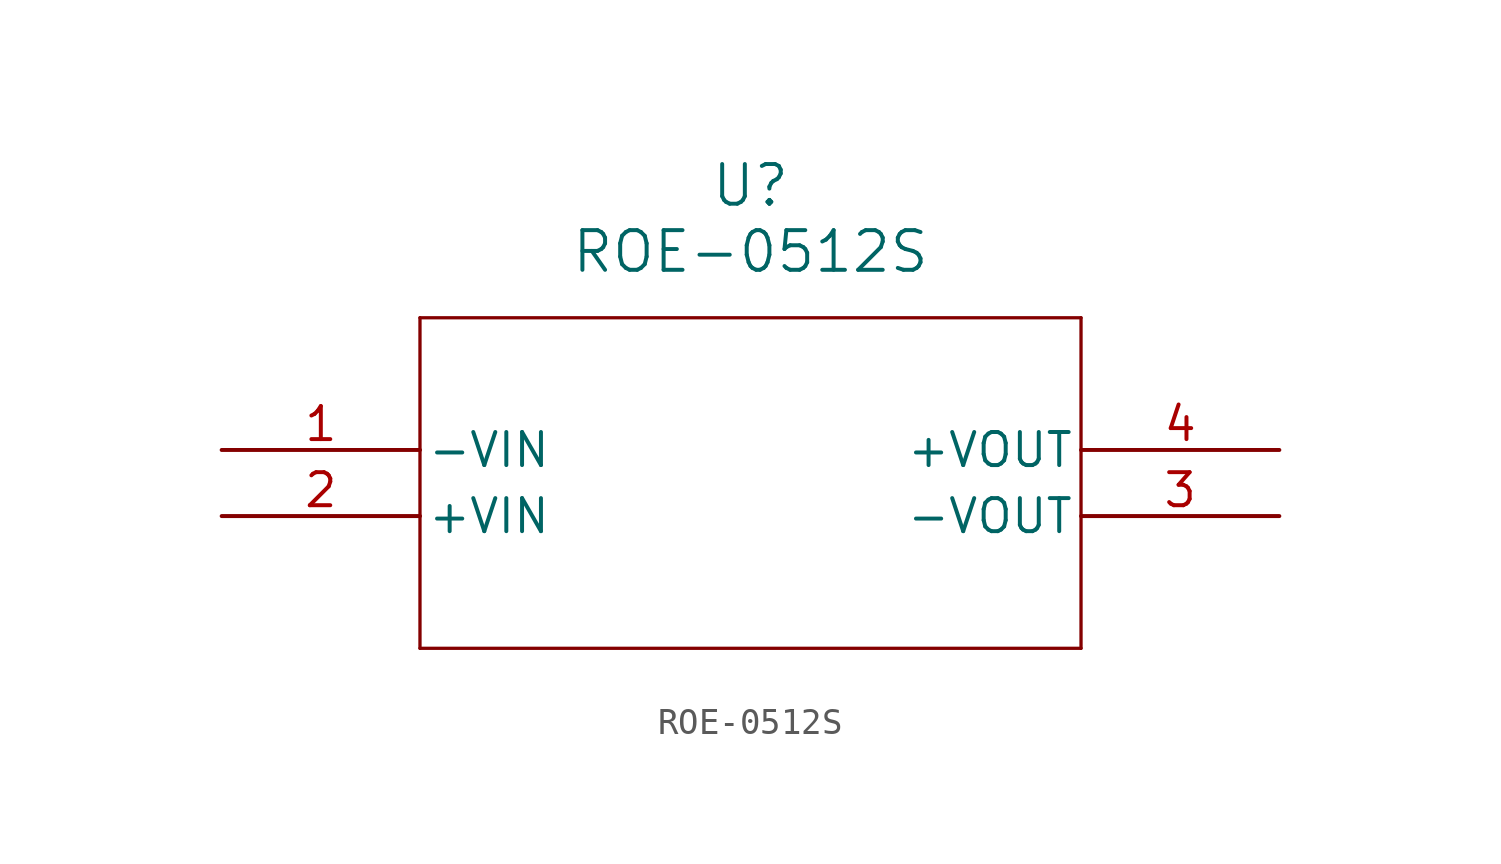
<source format=kicad_sym>
(kicad_symbol_lib
  (version 20231120)
  (generator "kicad_symbol_editor")
  (generator_version "8.0")
  (symbol "ROE-0512S"
    (pin_names
      (offset 0.254))
    (property "Reference" "U"
      (at 20.32 10.16 0)
      (effects (font (size 1.524 1.524))))
    (property "Value" "ROE-0512S"
      (at 20.32 7.62 0)
      (effects (font (size 1.524 1.524))))
    (property "ki_locked" ""
      (at 0 0 0)
      (effects (font (size 1.27 1.27))))
    (symbol "ROE-0512S_0_1"
      (polyline (pts (xy 7.62 -7.62) (xy 33.02 -7.62)) (stroke (width 0.127) (type default)) (fill (type none)))
      (polyline (pts (xy 7.62 5.08) (xy 7.62 -7.62)) (stroke (width 0.127) (type default)) (fill (type none)))
      (polyline (pts (xy 33.02 -7.62) (xy 33.02 5.08)) (stroke (width 0.127) (type default)) (fill (type none)))
      (polyline (pts (xy 33.02 5.08) (xy 7.62 5.08)) (stroke (width 0.127) (type default)) (fill (type none)))
      (pin power_in line (at 0 0 0) (length 7.62) (name "-VIN" (effects (font (size 1.27 1.27)))) (number "1" (effects (font (size 1.27 1.27)))))
      (pin power_in line (at 0 -2.54 0) (length 7.62) (name "+VIN" (effects (font (size 1.27 1.27)))) (number "2" (effects (font (size 1.27 1.27)))))
      (pin output line (at 40.64 -2.54 180) (length 7.62) (name "-VOUT" (effects (font (size 1.27 1.27)))) (number "3" (effects (font (size 1.27 1.27)))))
      (pin output line (at 40.64 0 180) (length 7.62) (name "+VOUT" (effects (font (size 1.27 1.27)))) (number "4" (effects (font (size 1.27 1.27))))))))
</source>
